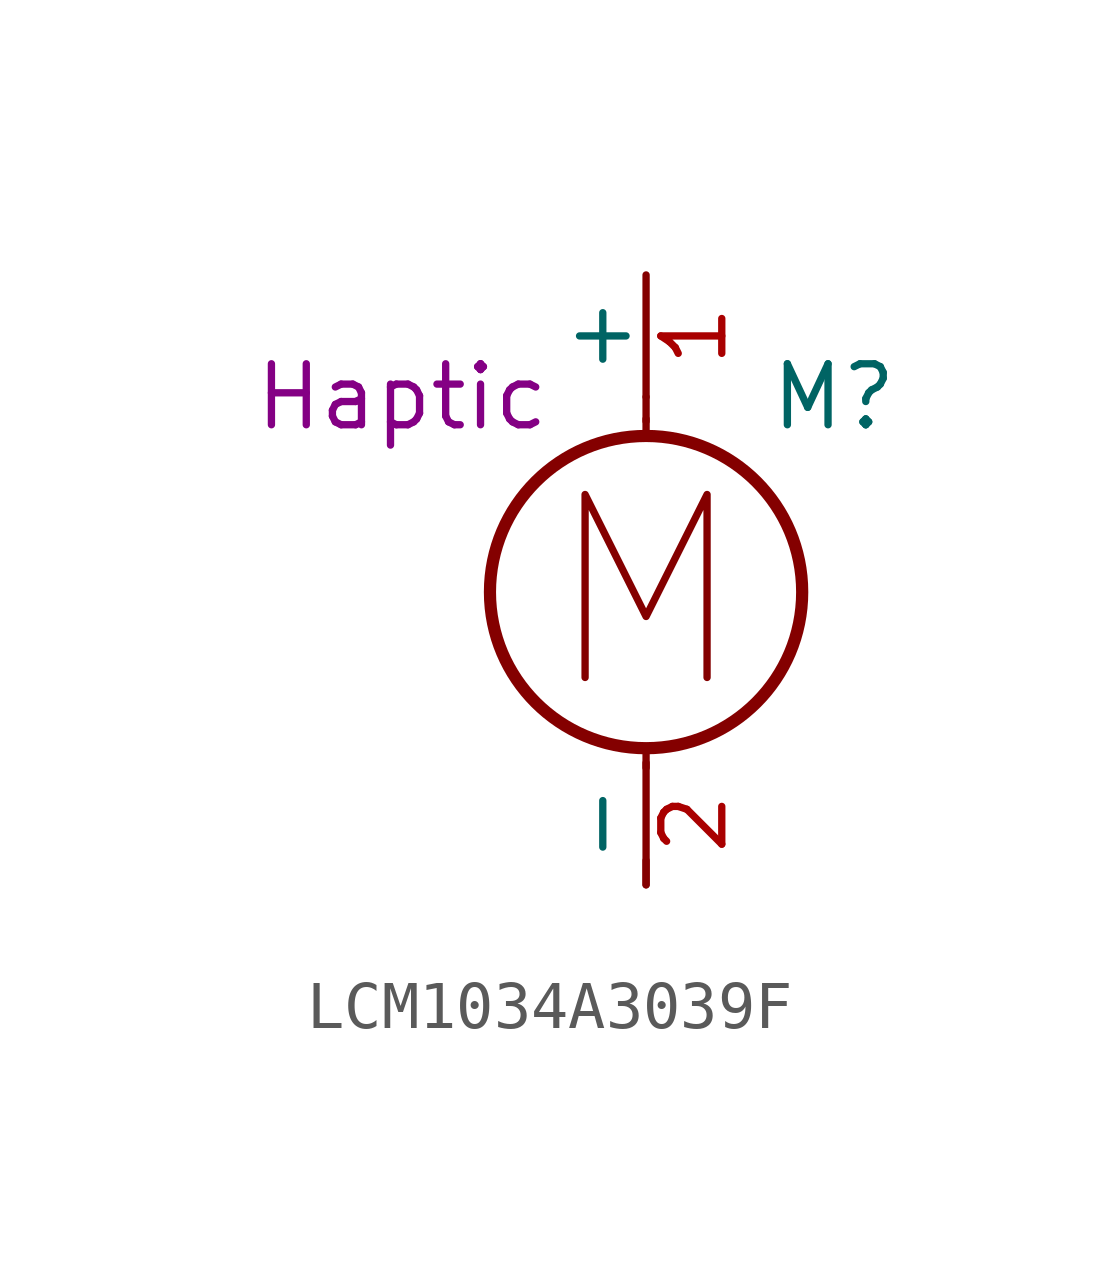
<source format=kicad_sym>
(kicad_symbol_lib
  (version 20231120)
  (generator "kicad_symbol_editor")
  (generator_version "8.0")
  (symbol "LCM1034A3039F"
    (pin_names
      (offset 0))
    (property "Reference" "M"
      (at 2.54 2.54 0)
      (effects (font (size 1.27 1.27)) (justify left)))
    (property "UserValue" "Haptic"
      (at -5.08 2.54 0)
      (effects (font (size 1.27 1.27))))
    (symbol "LCM1034A3039F_0_0"
      (polyline (pts (xy -1.27 -3.302) (xy -1.27 0.508) (xy 0 -2.032) (xy 1.27 0.508) (xy 1.27 -3.302)) (stroke (width 0) (type default)) (fill (type none))))
    (symbol "LCM1034A3039F_0_1"
      (circle (center 0 -1.524) (radius 3.251) (stroke (width 0.254) (type default)) (fill (type none)))
      (polyline (pts (xy 0 -7.62) (xy 0 -7.112)) (stroke (width 0) (type default)) (fill (type none)))
      (polyline (pts (xy 0 -4.775) (xy 0 -5.182)) (stroke (width 0) (type default)) (fill (type none)))
      (polyline (pts (xy 0 1.727) (xy 0 2.083)) (stroke (width 0) (type default)) (fill (type none)))
      (polyline (pts (xy 0 2.032) (xy 0 2.54)) (stroke (width 0) (type default)) (fill (type none))))
    (symbol "LCM1034A3039F_1_1"
      (pin passive line (at 0 5.08 270) (length 2.54) (name "+" (effects (font (size 1.27 1.27)))) (number "1" (effects (font (size 1.27 1.27)))))
      (pin passive line (at 0 -7.62 90) (length 2.54) (name "-" (effects (font (size 1.27 1.27)))) (number "2" (effects (font (size 1.27 1.27))))))))
</source>
